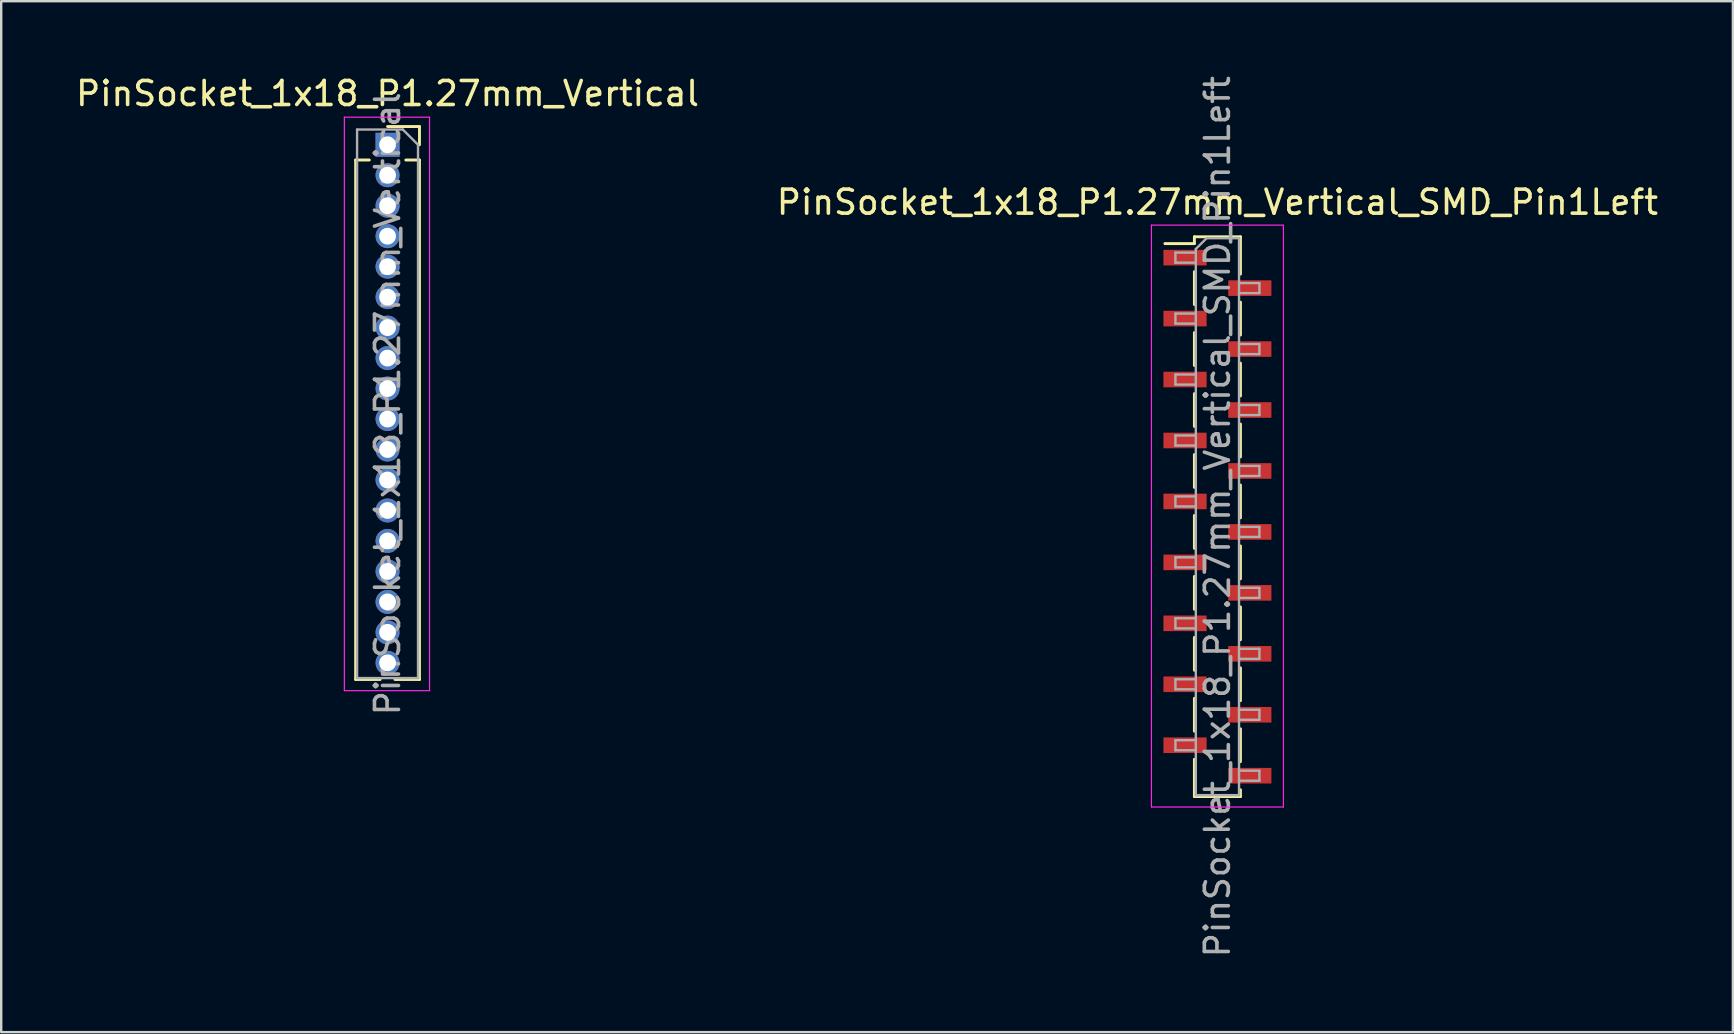
<source format=kicad_pcb>
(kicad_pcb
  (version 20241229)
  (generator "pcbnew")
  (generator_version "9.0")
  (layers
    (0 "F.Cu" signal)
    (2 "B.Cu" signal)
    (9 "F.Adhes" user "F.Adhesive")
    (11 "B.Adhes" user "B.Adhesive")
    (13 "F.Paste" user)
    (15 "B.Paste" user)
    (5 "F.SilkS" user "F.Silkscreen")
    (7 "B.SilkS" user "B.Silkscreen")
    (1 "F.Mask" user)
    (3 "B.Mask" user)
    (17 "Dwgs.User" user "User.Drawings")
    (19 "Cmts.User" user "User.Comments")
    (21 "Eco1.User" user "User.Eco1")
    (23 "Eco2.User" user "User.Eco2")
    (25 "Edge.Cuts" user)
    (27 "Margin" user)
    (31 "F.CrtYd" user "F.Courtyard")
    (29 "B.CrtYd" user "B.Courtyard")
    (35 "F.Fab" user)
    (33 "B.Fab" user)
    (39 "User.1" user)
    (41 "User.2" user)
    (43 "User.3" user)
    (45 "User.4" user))
  (footprint "PinSocket_1x18_P1.27mm_Vertical"
    (layer "F.Cu")
    (at 13.101 2.983)
    (property "Reference" "PinSocket_1x18_P1.27mm_Vertical" (at 0 -2.135 0) (layer "F.SilkS") (effects (font (size 1 1) (thickness 0.15))))
    (attr through_hole)
    (fp_line (start -1.33 0.635) (end -1.33 22.285) (stroke (width 0.12) (type solid)) (layer "F.SilkS"))
    (fp_line (start -1.33 0.635) (end -0.76 0.635) (stroke (width 0.12) (type solid)) (layer "F.SilkS"))
    (fp_line (start -1.33 22.285) (end -0.308 22.285) (stroke (width 0.12) (type solid)) (layer "F.SilkS"))
    (fp_line (start 0 -0.76) (end 1.33 -0.76) (stroke (width 0.12) (type solid)) (layer "F.SilkS"))
    (fp_line (start 0.308 22.285) (end 1.33 22.285) (stroke (width 0.12) (type solid)) (layer "F.SilkS"))
    (fp_line (start 0.76 0.635) (end 1.33 0.635) (stroke (width 0.12) (type solid)) (layer "F.SilkS"))
    (fp_line (start 1.33 -0.76) (end 1.33 0) (stroke (width 0.12) (type solid)) (layer "F.SilkS"))
    (fp_line (start 1.33 0.635) (end 1.33 22.285) (stroke (width 0.12) (type solid)) (layer "F.SilkS"))
    (fp_line (start -1.8 -1.15) (end 1.75 -1.15) (stroke (width 0.05) (type solid)) (layer "F.CrtYd"))
    (fp_line (start -1.8 22.75) (end -1.8 -1.15) (stroke (width 0.05) (type solid)) (layer "F.CrtYd"))
    (fp_line (start 1.75 -1.15) (end 1.75 22.75) (stroke (width 0.05) (type solid)) (layer "F.CrtYd"))
    (fp_line (start 1.75 22.75) (end -1.8 22.75) (stroke (width 0.05) (type solid)) (layer "F.CrtYd"))
    (fp_line (start -1.27 -0.635) (end 0.635 -0.635) (stroke (width 0.1) (type solid)) (layer "F.Fab"))
    (fp_line (start -1.27 22.225) (end -1.27 -0.635) (stroke (width 0.1) (type solid)) (layer "F.Fab"))
    (fp_line (start 0.635 -0.635) (end 1.27 0) (stroke (width 0.1) (type solid)) (layer "F.Fab"))
    (fp_line (start 1.27 0) (end 1.27 22.225) (stroke (width 0.1) (type solid)) (layer "F.Fab"))
    (fp_line (start 1.27 22.225) (end -1.27 22.225) (stroke (width 0.1) (type solid)) (layer "F.Fab"))
    (fp_text user "${REFERENCE}" (at 0 10.795 90) (layer "F.Fab") (effects (font (size 1 1) (thickness 0.15))))
    (pad "1" thru_hole rect (at 0 0) (size 1 1) (drill 0.7) (layers "*.Cu" "*.Mask"))
    (pad "2" thru_hole oval (at 0 1.27) (size 1 1) (drill 0.7) (layers "*.Cu" "*.Mask"))
    (pad "3" thru_hole oval (at 0 2.54) (size 1 1) (drill 0.7) (layers "*.Cu" "*.Mask"))
    (pad "4" thru_hole oval (at 0 3.81) (size 1 1) (drill 0.7) (layers "*.Cu" "*.Mask"))
    (pad "5" thru_hole oval (at 0 5.08) (size 1 1) (drill 0.7) (layers "*.Cu" "*.Mask"))
    (pad "6" thru_hole oval (at 0 6.35) (size 1 1) (drill 0.7) (layers "*.Cu" "*.Mask"))
    (pad "7" thru_hole oval (at 0 7.62) (size 1 1) (drill 0.7) (layers "*.Cu" "*.Mask"))
    (pad "8" thru_hole oval (at 0 8.89) (size 1 1) (drill 0.7) (layers "*.Cu" "*.Mask"))
    (pad "9" thru_hole oval (at 0 10.16) (size 1 1) (drill 0.7) (layers "*.Cu" "*.Mask"))
    (pad "10" thru_hole oval (at 0 11.43) (size 1 1) (drill 0.7) (layers "*.Cu" "*.Mask"))
    (pad "11" thru_hole oval (at 0 12.7) (size 1 1) (drill 0.7) (layers "*.Cu" "*.Mask"))
    (pad "12" thru_hole oval (at 0 13.97) (size 1 1) (drill 0.7) (layers "*.Cu" "*.Mask"))
    (pad "13" thru_hole oval (at 0 15.24) (size 1 1) (drill 0.7) (layers "*.Cu" "*.Mask"))
    (pad "14" thru_hole oval (at 0 16.51) (size 1 1) (drill 0.7) (layers "*.Cu" "*.Mask"))
    (pad "15" thru_hole oval (at 0 17.78) (size 1 1) (drill 0.7) (layers "*.Cu" "*.Mask"))
    (pad "16" thru_hole oval (at 0 19.05) (size 1 1) (drill 0.7) (layers "*.Cu" "*.Mask"))
    (pad "17" thru_hole oval (at 0 20.32) (size 1 1) (drill 0.7) (layers "*.Cu" "*.Mask"))
    (pad "18" thru_hole oval (at 0 21.59) (size 1 1) (drill 0.7) (layers "*.Cu" "*.Mask")))
  (footprint "PinSocket_1x18_P1.27mm_Vertical_SMD_Pin1Left"
    (layer "F.Cu")
    (at 47.685 18.482)
    (property "Reference" "PinSocket_1x18_P1.27mm_Vertical_SMD_Pin1Left" (at 0 -13.105 0) (layer "F.SilkS") (effects (font (size 1 1) (thickness 0.15))))
    (attr smd)
    (fp_line (start -2.19 -11.38) (end -0.96 -11.38) (stroke (width 0.12) (type solid)) (layer "F.SilkS"))
    (fp_line (start -0.96 -11.665) (end -0.96 -11.38) (stroke (width 0.12) (type solid)) (layer "F.SilkS"))
    (fp_line (start -0.96 -11.665) (end 0.96 -11.665) (stroke (width 0.12) (type solid)) (layer "F.SilkS"))
    (fp_line (start -0.96 -10.21) (end -0.96 -8.84) (stroke (width 0.12) (type solid)) (layer "F.SilkS"))
    (fp_line (start -0.96 -7.67) (end -0.96 -6.3) (stroke (width 0.12) (type solid)) (layer "F.SilkS"))
    (fp_line (start -0.96 -5.13) (end -0.96 -3.76) (stroke (width 0.12) (type solid)) (layer "F.SilkS"))
    (fp_line (start -0.96 -2.59) (end -0.96 -1.22) (stroke (width 0.12) (type solid)) (layer "F.SilkS"))
    (fp_line (start -0.96 -0.05) (end -0.96 1.32) (stroke (width 0.12) (type solid)) (layer "F.SilkS"))
    (fp_line (start -0.96 2.49) (end -0.96 3.86) (stroke (width 0.12) (type solid)) (layer "F.SilkS"))
    (fp_line (start -0.96 5.03) (end -0.96 6.4) (stroke (width 0.12) (type solid)) (layer "F.SilkS"))
    (fp_line (start -0.96 7.57) (end -0.96 8.94) (stroke (width 0.12) (type solid)) (layer "F.SilkS"))
    (fp_line (start -0.96 10.11) (end -0.96 11.665) (stroke (width 0.12) (type solid)) (layer "F.SilkS"))
    (fp_line (start -0.96 11.665) (end 0.96 11.665) (stroke (width 0.12) (type solid)) (layer "F.SilkS"))
    (fp_line (start 0.96 -11.665) (end 0.96 -10.11) (stroke (width 0.12) (type solid)) (layer "F.SilkS"))
    (fp_line (start 0.96 -8.94) (end 0.96 -7.57) (stroke (width 0.12) (type solid)) (layer "F.SilkS"))
    (fp_line (start 0.96 -6.4) (end 0.96 -5.03) (stroke (width 0.12) (type solid)) (layer "F.SilkS"))
    (fp_line (start 0.96 -3.86) (end 0.96 -2.49) (stroke (width 0.12) (type solid)) (layer "F.SilkS"))
    (fp_line (start 0.96 -1.32) (end 0.96 0.05) (stroke (width 0.12) (type solid)) (layer "F.SilkS"))
    (fp_line (start 0.96 1.22) (end 0.96 2.59) (stroke (width 0.12) (type solid)) (layer "F.SilkS"))
    (fp_line (start 0.96 3.76) (end 0.96 5.13) (stroke (width 0.12) (type solid)) (layer "F.SilkS"))
    (fp_line (start 0.96 6.3) (end 0.96 7.67) (stroke (width 0.12) (type solid)) (layer "F.SilkS"))
    (fp_line (start 0.96 8.84) (end 0.96 10.21) (stroke (width 0.12) (type solid)) (layer "F.SilkS"))
    (fp_line (start 0.96 11.38) (end 0.96 11.665) (stroke (width 0.12) (type solid)) (layer "F.SilkS"))
    (fp_line (start -2.75 -12.15) (end 2.75 -12.15) (stroke (width 0.05) (type solid)) (layer "F.CrtYd"))
    (fp_line (start -2.75 12.1) (end -2.75 -12.15) (stroke (width 0.05) (type solid)) (layer "F.CrtYd"))
    (fp_line (start 2.75 -12.15) (end 2.75 12.1) (stroke (width 0.05) (type solid)) (layer "F.CrtYd"))
    (fp_line (start 2.75 12.1) (end -2.75 12.1) (stroke (width 0.05) (type solid)) (layer "F.CrtYd"))
    (fp_line (start -1.75 -11.005) (end -0.9 -11.005) (stroke (width 0.1) (type solid)) (layer "F.Fab"))
    (fp_line (start -1.75 -10.585) (end -1.75 -11.005) (stroke (width 0.1) (type solid)) (layer "F.Fab"))
    (fp_line (start -1.75 -8.465) (end -0.9 -8.465) (stroke (width 0.1) (type solid)) (layer "F.Fab"))
    (fp_line (start -1.75 -8.045) (end -1.75 -8.465) (stroke (width 0.1) (type solid)) (layer "F.Fab"))
    (fp_line (start -1.75 -5.925) (end -0.9 -5.925) (stroke (width 0.1) (type solid)) (layer "F.Fab"))
    (fp_line (start -1.75 -5.505) (end -1.75 -5.925) (stroke (width 0.1) (type solid)) (layer "F.Fab"))
    (fp_line (start -1.75 -3.385) (end -0.9 -3.385) (stroke (width 0.1) (type solid)) (layer "F.Fab"))
    (fp_line (start -1.75 -2.965) (end -1.75 -3.385) (stroke (width 0.1) (type solid)) (layer "F.Fab"))
    (fp_line (start -1.75 -0.845) (end -0.9 -0.845) (stroke (width 0.1) (type solid)) (layer "F.Fab"))
    (fp_line (start -1.75 -0.425) (end -1.75 -0.845) (stroke (width 0.1) (type solid)) (layer "F.Fab"))
    (fp_line (start -1.75 1.695) (end -0.9 1.695) (stroke (width 0.1) (type solid)) (layer "F.Fab"))
    (fp_line (start -1.75 2.115) (end -1.75 1.695) (stroke (width 0.1) (type solid)) (layer "F.Fab"))
    (fp_line (start -1.75 4.235) (end -0.9 4.235) (stroke (width 0.1) (type solid)) (layer "F.Fab"))
    (fp_line (start -1.75 4.655) (end -1.75 4.235) (stroke (width 0.1) (type solid)) (layer "F.Fab"))
    (fp_line (start -1.75 6.775) (end -0.9 6.775) (stroke (width 0.1) (type solid)) (layer "F.Fab"))
    (fp_line (start -1.75 7.195) (end -1.75 6.775) (stroke (width 0.1) (type solid)) (layer "F.Fab"))
    (fp_line (start -1.75 9.315) (end -0.9 9.315) (stroke (width 0.1) (type solid)) (layer "F.Fab"))
    (fp_line (start -1.75 9.735) (end -1.75 9.315) (stroke (width 0.1) (type solid)) (layer "F.Fab"))
    (fp_line (start -0.9 -11.155) (end -0.45 -11.605) (stroke (width 0.1) (type solid)) (layer "F.Fab"))
    (fp_line (start -0.9 -10.585) (end -1.75 -10.585) (stroke (width 0.1) (type solid)) (layer "F.Fab"))
    (fp_line (start -0.9 -8.045) (end -1.75 -8.045) (stroke (width 0.1) (type solid)) (layer "F.Fab"))
    (fp_line (start -0.9 -5.505) (end -1.75 -5.505) (stroke (width 0.1) (type solid)) (layer "F.Fab"))
    (fp_line (start -0.9 -2.965) (end -1.75 -2.965) (stroke (width 0.1) (type solid)) (layer "F.Fab"))
    (fp_line (start -0.9 -0.425) (end -1.75 -0.425) (stroke (width 0.1) (type solid)) (layer "F.Fab"))
    (fp_line (start -0.9 2.115) (end -1.75 2.115) (stroke (width 0.1) (type solid)) (layer "F.Fab"))
    (fp_line (start -0.9 4.655) (end -1.75 4.655) (stroke (width 0.1) (type solid)) (layer "F.Fab"))
    (fp_line (start -0.9 7.195) (end -1.75 7.195) (stroke (width 0.1) (type solid)) (layer "F.Fab"))
    (fp_line (start -0.9 9.735) (end -1.75 9.735) (stroke (width 0.1) (type solid)) (layer "F.Fab"))
    (fp_line (start -0.9 11.605) (end -0.9 -11.155) (stroke (width 0.1) (type solid)) (layer "F.Fab"))
    (fp_line (start -0.45 -11.605) (end 0.9 -11.605) (stroke (width 0.1) (type solid)) (layer "F.Fab"))
    (fp_line (start 0.9 -11.605) (end 0.9 11.605) (stroke (width 0.1) (type solid)) (layer "F.Fab"))
    (fp_line (start 0.9 -9.735) (end 1.75 -9.735) (stroke (width 0.1) (type solid)) (layer "F.Fab"))
    (fp_line (start 0.9 -7.195) (end 1.75 -7.195) (stroke (width 0.1) (type solid)) (layer "F.Fab"))
    (fp_line (start 0.9 -4.655) (end 1.75 -4.655) (stroke (width 0.1) (type solid)) (layer "F.Fab"))
    (fp_line (start 0.9 -2.115) (end 1.75 -2.115) (stroke (width 0.1) (type solid)) (layer "F.Fab"))
    (fp_line (start 0.9 0.425) (end 1.75 0.425) (stroke (width 0.1) (type solid)) (layer "F.Fab"))
    (fp_line (start 0.9 2.965) (end 1.75 2.965) (stroke (width 0.1) (type solid)) (layer "F.Fab"))
    (fp_line (start 0.9 5.505) (end 1.75 5.505) (stroke (width 0.1) (type solid)) (layer "F.Fab"))
    (fp_line (start 0.9 8.045) (end 1.75 8.045) (stroke (width 0.1) (type solid)) (layer "F.Fab"))
    (fp_line (start 0.9 10.585) (end 1.75 10.585) (stroke (width 0.1) (type solid)) (layer "F.Fab"))
    (fp_line (start 0.9 11.605) (end -0.9 11.605) (stroke (width 0.1) (type solid)) (layer "F.Fab"))
    (fp_line (start 1.75 -9.735) (end 1.75 -9.315) (stroke (width 0.1) (type solid)) (layer "F.Fab"))
    (fp_line (start 1.75 -9.315) (end 0.9 -9.315) (stroke (width 0.1) (type solid)) (layer "F.Fab"))
    (fp_line (start 1.75 -7.195) (end 1.75 -6.775) (stroke (width 0.1) (type solid)) (layer "F.Fab"))
    (fp_line (start 1.75 -6.775) (end 0.9 -6.775) (stroke (width 0.1) (type solid)) (layer "F.Fab"))
    (fp_line (start 1.75 -4.655) (end 1.75 -4.235) (stroke (width 0.1) (type solid)) (layer "F.Fab"))
    (fp_line (start 1.75 -4.235) (end 0.9 -4.235) (stroke (width 0.1) (type solid)) (layer "F.Fab"))
    (fp_line (start 1.75 -2.115) (end 1.75 -1.695) (stroke (width 0.1) (type solid)) (layer "F.Fab"))
    (fp_line (start 1.75 -1.695) (end 0.9 -1.695) (stroke (width 0.1) (type solid)) (layer "F.Fab"))
    (fp_line (start 1.75 0.425) (end 1.75 0.845) (stroke (width 0.1) (type solid)) (layer "F.Fab"))
    (fp_line (start 1.75 0.845) (end 0.9 0.845) (stroke (width 0.1) (type solid)) (layer "F.Fab"))
    (fp_line (start 1.75 2.965) (end 1.75 3.385) (stroke (width 0.1) (type solid)) (layer "F.Fab"))
    (fp_line (start 1.75 3.385) (end 0.9 3.385) (stroke (width 0.1) (type solid)) (layer "F.Fab"))
    (fp_line (start 1.75 5.505) (end 1.75 5.925) (stroke (width 0.1) (type solid)) (layer "F.Fab"))
    (fp_line (start 1.75 5.925) (end 0.9 5.925) (stroke (width 0.1) (type solid)) (layer "F.Fab"))
    (fp_line (start 1.75 8.045) (end 1.75 8.465) (stroke (width 0.1) (type solid)) (layer "F.Fab"))
    (fp_line (start 1.75 8.465) (end 0.9 8.465) (stroke (width 0.1) (type solid)) (layer "F.Fab"))
    (fp_line (start 1.75 10.585) (end 1.75 11.005) (stroke (width 0.1) (type solid)) (layer "F.Fab"))
    (fp_line (start 1.75 11.005) (end 0.9 11.005) (stroke (width 0.1) (type solid)) (layer "F.Fab"))
    (fp_text user "${REFERENCE}" (at 0 0 90) (layer "F.Fab") (effects (font (size 1 1) (thickness 0.15))))
    (pad "1" smd rect (at -1.35 -10.795) (size 1.8 0.65) (layers "F.Cu" "F.Mask" "F.Paste"))
    (pad "2" smd rect (at 1.35 -9.525) (size 1.8 0.65) (layers "F.Cu" "F.Mask" "F.Paste"))
    (pad "3" smd rect (at -1.35 -8.255) (size 1.8 0.65) (layers "F.Cu" "F.Mask" "F.Paste"))
    (pad "4" smd rect (at 1.35 -6.985) (size 1.8 0.65) (layers "F.Cu" "F.Mask" "F.Paste"))
    (pad "5" smd rect (at -1.35 -5.715) (size 1.8 0.65) (layers "F.Cu" "F.Mask" "F.Paste"))
    (pad "6" smd rect (at 1.35 -4.445) (size 1.8 0.65) (layers "F.Cu" "F.Mask" "F.Paste"))
    (pad "7" smd rect (at -1.35 -3.175) (size 1.8 0.65) (layers "F.Cu" "F.Mask" "F.Paste"))
    (pad "8" smd rect (at 1.35 -1.905) (size 1.8 0.65) (layers "F.Cu" "F.Mask" "F.Paste"))
    (pad "9" smd rect (at -1.35 -0.635) (size 1.8 0.65) (layers "F.Cu" "F.Mask" "F.Paste"))
    (pad "10" smd rect (at 1.35 0.635) (size 1.8 0.65) (layers "F.Cu" "F.Mask" "F.Paste"))
    (pad "11" smd rect (at -1.35 1.905) (size 1.8 0.65) (layers "F.Cu" "F.Mask" "F.Paste"))
    (pad "12" smd rect (at 1.35 3.175) (size 1.8 0.65) (layers "F.Cu" "F.Mask" "F.Paste"))
    (pad "13" smd rect (at -1.35 4.445) (size 1.8 0.65) (layers "F.Cu" "F.Mask" "F.Paste"))
    (pad "14" smd rect (at 1.35 5.715) (size 1.8 0.65) (layers "F.Cu" "F.Mask" "F.Paste"))
    (pad "15" smd rect (at -1.35 6.985) (size 1.8 0.65) (layers "F.Cu" "F.Mask" "F.Paste"))
    (pad "16" smd rect (at 1.35 8.255) (size 1.8 0.65) (layers "F.Cu" "F.Mask" "F.Paste"))
    (pad "17" smd rect (at -1.35 9.525) (size 1.8 0.65) (layers "F.Cu" "F.Mask" "F.Paste"))
    (pad "18" smd rect (at 1.35 10.795) (size 1.8 0.65) (layers "F.Cu" "F.Mask" "F.Paste")))
  (gr_rect
    (start -3 -3)
    (end 69.167 39.964)
    (stroke (width 0.1) (type default))
    (fill no)
    (layer "Edge.Cuts")))
</source>
